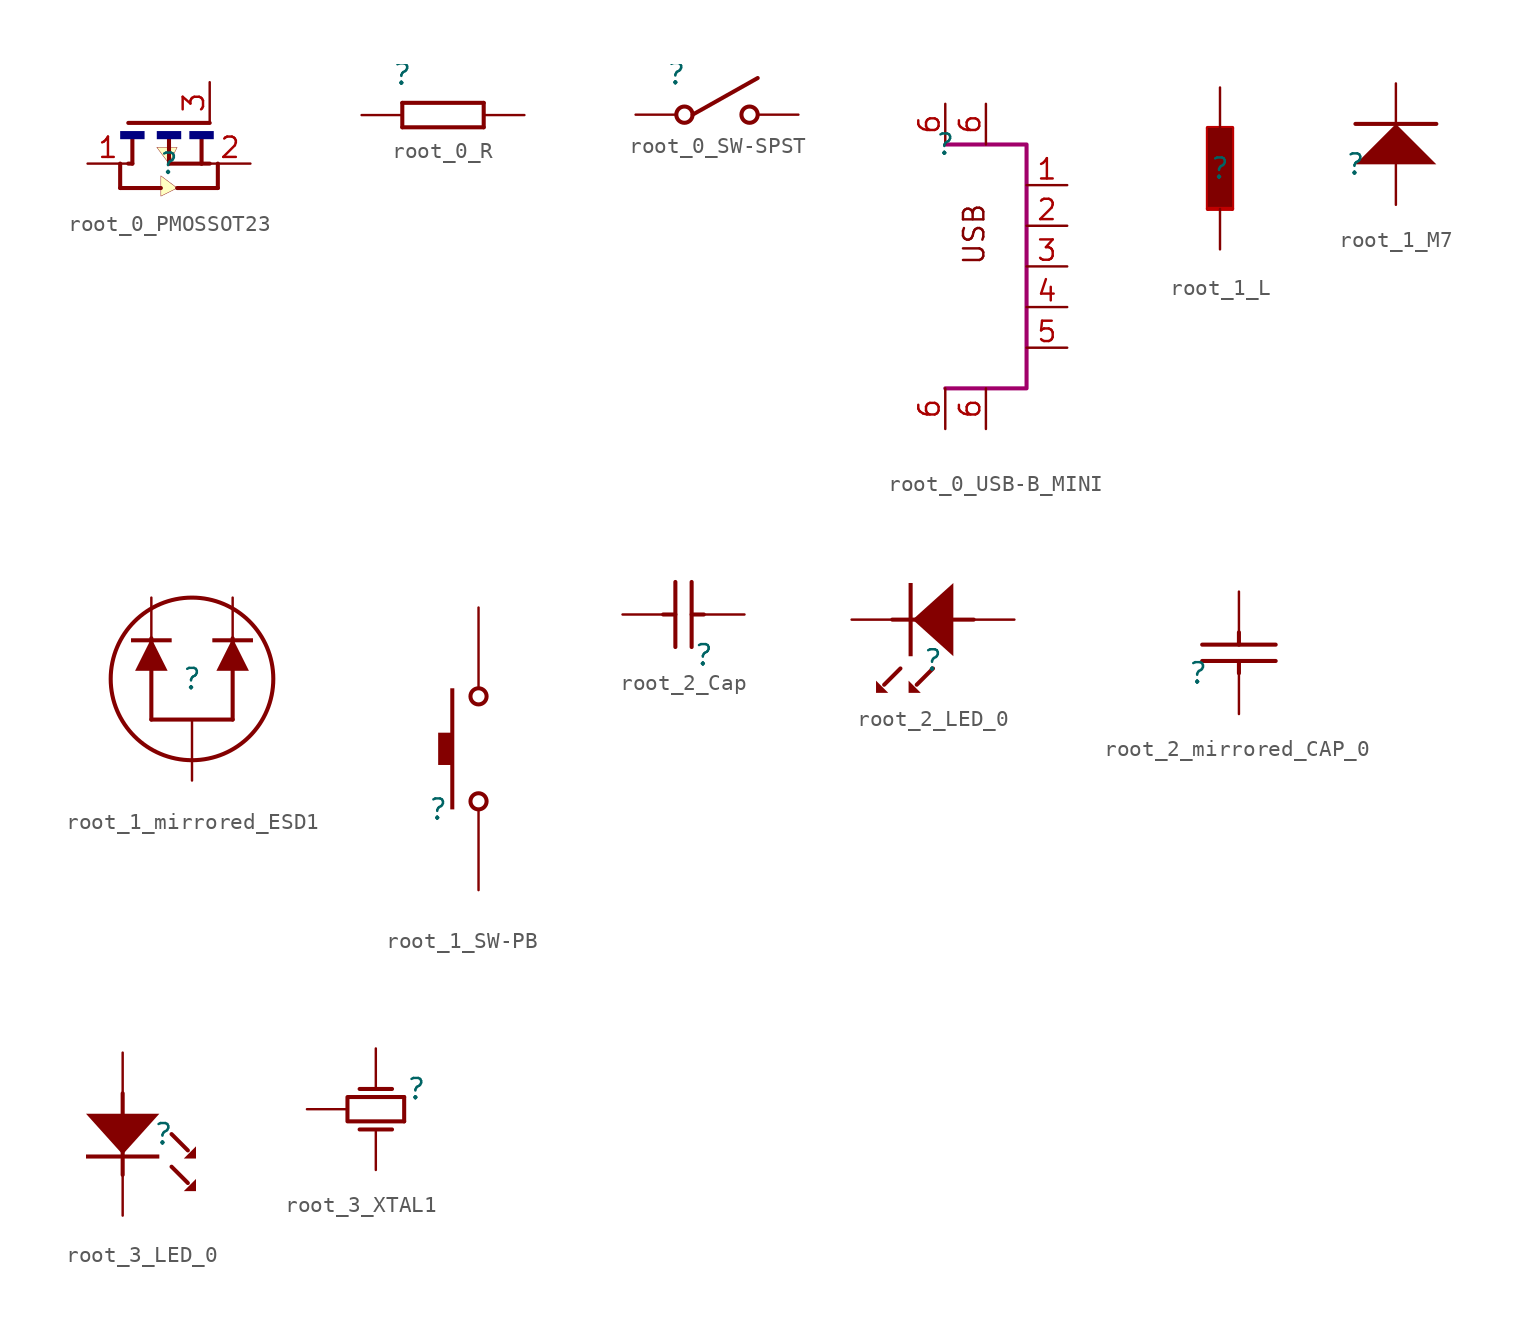
<source format=kicad_sym>
(kicad_symbol_lib
  (version 20231120)
  (generator "kicad_symbol_editor")
  (generator_version "8.0")
  (symbol "root_0_PMOSSOT23"
    (property "Reference" ""
      (at 0 0 0)
      (effects (font (size 1.27 1.27))))
    (property "Value" ""
      (at 0 0 0)
      (effects (font (size 1.27 1.27))))
    (symbol "root_0_PMOSSOT23_1_0"
      (rectangle (start -1.524 2.032) (end -3.048 1.524) (stroke (width -0.0001) (type solid) (color 0 0 128 1)) (fill (type outline)))
      (polyline (pts (xy -3.048 -1.524) (xy -0.508 -1.524)) (stroke (width 0.254) (type solid)) (fill (type none)))
      (polyline (pts (xy -3.048 0) (xy -3.048 -1.524)) (stroke (width 0.254) (type solid)) (fill (type none)))
      (polyline (pts (xy -2.286 0) (xy -2.54 0)) (stroke (width 0.254) (type solid)) (fill (type none)))
      (polyline (pts (xy -2.286 1.524) (xy -2.286 0)) (stroke (width 0.254) (type solid)) (fill (type none)))
      (polyline (pts (xy 0 0) (xy 2.032 0)) (stroke (width 0.254) (type solid)) (fill (type none)))
      (polyline (pts (xy 0 1.524) (xy 0 0)) (stroke (width 0.254) (type solid)) (fill (type none)))
      (polyline (pts (xy 0.508 -1.524) (xy 3.048 -1.524)) (stroke (width 0.254) (type solid)) (fill (type none)))
      (polyline (pts (xy 2.032 0) (xy 2.54 0)) (stroke (width 0.254) (type solid)) (fill (type none)))
      (polyline (pts (xy 2.032 1.524) (xy 2.032 0)) (stroke (width 0.254) (type solid)) (fill (type none)))
      (polyline (pts (xy 2.54 2.54) (xy -2.54 2.54)) (stroke (width 0.254) (type solid)) (fill (type none)))
      (polyline (pts (xy 3.048 -1.524) (xy 3.048 0)) (stroke (width 0.254) (type solid)) (fill (type none)))
      (polyline (pts (xy 0 0) (xy 0.508 1.016) (xy -0.762 1.016) (xy 0 0)) (stroke (width 0.025) (type solid)) (fill (type background)))
      (polyline (pts (xy 0.508 -1.524) (xy -0.508 -0.762) (xy -0.508 -2.032) (xy 0.508 -1.524)) (stroke (width 0.025) (type solid)) (fill (type background)))
      (rectangle (start 0.254 -1.016) (end 0.254 -2.032) (stroke (width -0.0001) (type solid) (color 0 0 128 1)) (fill (type outline)))
      (rectangle (start 0.762 2.032) (end -0.762 1.524) (stroke (width -0.0001) (type solid) (color 0 0 128 1)) (fill (type outline)))
      (rectangle (start 2.794 2.032) (end 1.27 1.524) (stroke (width -0.0001) (type solid) (color 0 0 128 1)) (fill (type outline)))
      (pin passive line (at -5.08 0 0) (length 2.54) (name "D" (effects (font (size 0 0)))) (number "1" (effects (font (size 1.27 1.27)))))
      (pin passive line (at 5.08 0 180) (length 2.54) (name "S" (effects (font (size 0 0)))) (number "2" (effects (font (size 1.27 1.27)))))
      (pin passive line (at 2.54 5.08 270) (length 2.54) (name "G" (effects (font (size 0 0)))) (number "3" (effects (font (size 1.27 1.27)))))))
  (symbol "root_0_R"
    (property "Reference" ""
      (at 0 0 0)
      (effects (font (size 1.27 1.27))))
    (property "Value" ""
      (at 0 0 0)
      (effects (font (size 1.27 1.27))))
    (symbol "root_0_R_1_0"
      (polyline (pts (xy 0 -3.302) (xy 0 -1.778)) (stroke (width 0.254) (type solid)) (fill (type none)))
      (polyline (pts (xy 5.08 -3.302) (xy 0 -3.302)) (stroke (width 0.254) (type solid)) (fill (type none)))
      (polyline (pts (xy 5.08 -3.302) (xy 5.08 -1.778)) (stroke (width 0.254) (type solid)) (fill (type none)))
      (polyline (pts (xy 5.08 -1.778) (xy 0 -1.778)) (stroke (width 0.254) (type solid)) (fill (type none)))
      (pin passive line (at 7.62 -2.54 180) (length 2.54) (name "" (effects (font (size 0 0)))) (number "1" (effects (font (size 0 0)))))
      (pin passive line (at -2.54 -2.54 0) (length 2.54) (name "" (effects (font (size 0 0)))) (number "2" (effects (font (size 0 0)))))))
  (symbol "root_0_SW-SPST"
    (property "Reference" ""
      (at 0 0 0)
      (effects (font (size 1.27 1.27))))
    (property "Value" ""
      (at 0 0 0)
      (effects (font (size 1.27 1.27))))
    (symbol "root_0_SW-SPST_1_0"
      (polyline (pts (xy 1.016 -2.54) (xy 5.08 -0.254)) (stroke (width 0.254) (type solid)) (fill (type none)))
      (circle (center 0.508 -2.54) (radius 0.508) (stroke (width 0.254) (type solid)) (fill (type none)))
      (circle (center 4.572 -2.54) (radius 0.508) (stroke (width 0.254) (type solid)) (fill (type none)))
      (pin passive line (at -2.54 -2.54 0) (length 2.54) (name "COMMON" (effects (font (size 0 0)))) (number "1" (effects (font (size 0 0)))))
      (pin passive line (at 7.62 -2.54 180) (length 2.54) (name "NO" (effects (font (size 0 0)))) (number "2" (effects (font (size 0 0)))))))
  (symbol "root_0_USB-B_MINI"
    (property "Reference" ""
      (at 0 0 0)
      (effects (font (size 1.27 1.27))))
    (property "Value" ""
      (at 0 0 0)
      (effects (font (size 1.27 1.27))))
    (symbol "root_0_USB-B_MINI_1_0"
      (polyline (pts (xy 0 0) (xy 5.08 0) (xy 5.08 -15.24) (xy 0 -15.24)) (stroke (width 0.254) (type solid) (color 161 0 106 1)) (fill (type none)))
      (text "USB" (at 2.54 -7.62 900) (effects (font (size 1.27 1.27)) (justify left bottom)))
      (pin passive line (at 7.62 -2.54 180) (length 2.54) (name "" (effects (font (size 1.27 1.27)))) (number "1" (effects (font (size 1.27 1.27)))))
      (pin passive line (at 7.62 -5.08 180) (length 2.54) (name "" (effects (font (size 1.27 1.27)))) (number "2" (effects (font (size 1.27 1.27)))))
      (pin passive line (at 7.62 -7.62 180) (length 2.54) (name "" (effects (font (size 1.27 1.27)))) (number "3" (effects (font (size 1.27 1.27)))))
      (pin passive line (at 7.62 -10.16 180) (length 2.54) (name "" (effects (font (size 1.27 1.27)))) (number "4" (effects (font (size 1.27 1.27)))))
      (pin passive line (at 7.62 -12.7 180) (length 2.54) (name "" (effects (font (size 1.27 1.27)))) (number "5" (effects (font (size 1.27 1.27)))))
      (pin passive line (at 0 -17.78 90) (length 2.54) (name "" (effects (font (size 1.27 1.27)))) (number "6" (effects (font (size 1.27 1.27)))))
      (pin passive line (at 0 2.54 270) (length 2.54) (name "" (effects (font (size 1.27 1.27)))) (number "6" (effects (font (size 1.27 1.27)))))
      (pin passive line (at 2.54 -17.78 90) (length 2.54) (name "" (effects (font (size 1.27 1.27)))) (number "6" (effects (font (size 1.27 1.27)))))
      (pin passive line (at 2.54 2.54 270) (length 2.54) (name "" (effects (font (size 1.27 1.27)))) (number "6" (effects (font (size 1.27 1.27)))))))
  (symbol "root_1_L"
    (property "Reference" ""
      (at 0 0 0)
      (effects (font (size 1.27 1.27))))
    (property "Value" ""
      (at 0 0 0)
      (effects (font (size 1.27 1.27))))
    (symbol "root_1_L_1_0"
      (polyline (pts (xy -0.762 2.54) (xy -0.762 -2.54)) (stroke (width 0.254) (type solid) (color 191 0 0 1)) (fill (type none)))
      (polyline (pts (xy 0.762 -2.54) (xy -0.762 -2.54)) (stroke (width 0.254) (type solid) (color 191 0 0 1)) (fill (type none)))
      (polyline (pts (xy 0.762 2.54) (xy -0.762 2.54)) (stroke (width 0.254) (type solid) (color 191 0 0 1)) (fill (type none)))
      (polyline (pts (xy 0.762 2.54) (xy 0.762 -2.54)) (stroke (width 0.254) (type solid) (color 191 0 0 1)) (fill (type none)))
      (rectangle (start 0.762 2.54) (end -0.762 -2.54) (stroke (width -0.0001) (type solid) (color 128 0 0 1)) (fill (type outline)))
      (pin passive line (at 0 5.08 270) (length 2.54) (name "" (effects (font (size 0 0)))) (number "1" (effects (font (size 0 0)))))
      (pin passive line (at 0 -5.08 90) (length 2.54) (name "" (effects (font (size 0 0)))) (number "2" (effects (font (size 0 0)))))))
  (symbol "root_1_M7"
    (property "Reference" ""
      (at 0 0 0)
      (effects (font (size 1.27 1.27))))
    (property "Value" ""
      (at 0 0 0)
      (effects (font (size 1.27 1.27))))
    (symbol "root_1_M7_1_0"
      (polyline (pts (xy 0 2.54) (xy 5.08 2.54)) (stroke (width 0.254) (type solid)) (fill (type none)))
      (polyline (pts (xy 5.08 0) (xy 2.54 2.54) (xy 0 0) (xy 5.08 0)) (stroke (width -0.0001) (type solid)) (fill (type outline)))
      (pin passive line (at 2.54 -2.54 90) (length 2.54) (name "A" (effects (font (size 0 0)))) (number "A" (effects (font (size 0 0)))))
      (pin passive line (at 2.54 5.08 270) (length 2.54) (name "K" (effects (font (size 0 0)))) (number "K" (effects (font (size 0 0)))))))
  (symbol "root_1_mirrored_ESD1"
    (property "Reference" ""
      (at 0 0 0)
      (effects (font (size 1.27 1.27))))
    (property "Value" ""
      (at 0 0 0)
      (effects (font (size 1.27 1.27))))
    (symbol "root_1_mirrored_ESD1_1_0"
      (polyline (pts (xy -2.54 2.54) (xy -2.54 -2.54)) (stroke (width 0.254) (type solid)) (fill (type none)))
      (polyline (pts (xy 2.54 -2.54) (xy -2.54 -2.54)) (stroke (width 0.254) (type solid)) (fill (type none)))
      (polyline (pts (xy 2.54 2.54) (xy 2.54 -2.54)) (stroke (width 0.254) (type solid)) (fill (type none)))
      (polyline (pts (xy -1.524 0.508) (xy -2.54 2.54) (xy -3.556 0.508) (xy -1.524 0.508)) (stroke (width -0.0001) (type solid)) (fill (type outline)))
      (polyline (pts (xy 1.524 0.508) (xy 2.54 2.54) (xy 3.556 0.508) (xy 1.524 0.508)) (stroke (width -0.0001) (type solid)) (fill (type outline)))
      (polyline (pts (xy -1.27 2.286) (xy -1.27 2.54) (xy -3.81 2.54) (xy -3.81 2.286) (xy -1.27 2.286)) (stroke (width -0.0001) (type solid)) (fill (type outline)))
      (polyline (pts (xy 3.81 2.286) (xy 3.81 2.54) (xy 1.27 2.54) (xy 1.27 2.286) (xy 3.81 2.286)) (stroke (width -0.0001) (type solid)) (fill (type outline)))
      (circle (center 0 0) (radius 5.08) (stroke (width 0.254) (type solid)) (fill (type none)))
      (pin passive line (at -2.54 5.08 270) (length 2.54) (name "1" (effects (font (size 0 0)))) (number "1" (effects (font (size 0 0)))))
      (pin passive line (at 2.54 5.08 270) (length 2.54) (name "2" (effects (font (size 0 0)))) (number "2" (effects (font (size 0 0)))))
      (pin passive line (at 0 -6.35 90) (length 3.81) (name "3" (effects (font (size 0 0)))) (number "3" (effects (font (size 0 0)))))))
  (symbol "root_1_SW-PB"
    (property "Reference" ""
      (at 0 0 0)
      (effects (font (size 1.27 1.27))))
    (property "Value" ""
      (at 0 0 0)
      (effects (font (size 1.27 1.27))))
    (symbol "root_1_SW-PB_1_0"
      (polyline (pts (xy 0.762 0) (xy 1.016 0) (xy 1.016 7.62) (xy 0.762 7.62) (xy 0.762 4.826) (xy 0 4.826) (xy 0 2.794) (xy 0.762 2.794) (xy 0.762 0)) (stroke (width -0.0001) (type solid)) (fill (type outline)))
      (circle (center 2.54 0.508) (radius 0.508) (stroke (width 0.254) (type solid)) (fill (type none)))
      (circle (center 2.54 7.112) (radius 0.508) (stroke (width 0.254) (type solid)) (fill (type none)))
      (pin passive line (at 2.54 -5.08 90) (length 5.08) (name "1" (effects (font (size 0 0)))) (number "1" (effects (font (size 0 0)))))
      (pin passive line (at 2.54 12.7 270) (length 5.08) (name "2" (effects (font (size 0 0)))) (number "2" (effects (font (size 0 0)))))))
  (symbol "root_2_Cap"
    (property "Reference" ""
      (at 0 0 0)
      (effects (font (size 1.27 1.27))))
    (property "Value" ""
      (at 0 0 0)
      (effects (font (size 1.27 1.27))))
    (symbol "root_2_Cap_1_0"
      (polyline (pts (xy -2.54 2.54) (xy -1.778 2.54)) (stroke (width 0.254) (type solid)) (fill (type none)))
      (polyline (pts (xy -1.778 0.508) (xy -1.778 4.572)) (stroke (width 0.254) (type solid)) (fill (type none)))
      (polyline (pts (xy -0.762 4.572) (xy -0.762 0.508)) (stroke (width 0.254) (type solid)) (fill (type none)))
      (polyline (pts (xy 0 2.54) (xy -0.762 2.54)) (stroke (width 0.254) (type solid)) (fill (type none)))
      (pin passive line (at 2.54 2.54 180) (length 2.54) (name "1" (effects (font (size 0 0)))) (number "1" (effects (font (size 0 0)))))
      (pin passive line (at -5.08 2.54 0) (length 2.54) (name "2" (effects (font (size 0 0)))) (number "2" (effects (font (size 0 0)))))))
  (symbol "root_2_LED_0"
    (property "Reference" ""
      (at 0 0 0)
      (effects (font (size 1.27 1.27))))
    (property "Value" ""
      (at 0 0 0)
      (effects (font (size 1.27 1.27))))
    (symbol "root_2_LED_0_1_0"
      (polyline (pts (xy -3.048 -1.524) (xy -2.032 -0.508)) (stroke (width 0.254) (type solid)) (fill (type none)))
      (polyline (pts (xy -1.016 -1.524) (xy 0 -0.508)) (stroke (width 0.254) (type solid)) (fill (type none)))
      (polyline (pts (xy 2.54 2.54) (xy -2.54 2.54)) (stroke (width 0.254) (type solid)) (fill (type none)))
      (polyline (pts (xy -2.794 -2.032) (xy -3.556 -2.032) (xy -3.556 -1.27) (xy -2.794 -2.032)) (stroke (width -0.0001) (type solid)) (fill (type outline)))
      (polyline (pts (xy -0.762 -2.032) (xy -1.524 -2.032) (xy -1.524 -1.27) (xy -0.762 -2.032)) (stroke (width -0.0001) (type solid)) (fill (type outline)))
      (polyline (pts (xy 1.27 0.254) (xy -1.27 2.54) (xy 1.27 4.826) (xy 1.27 0.254)) (stroke (width -0.0001) (type solid)) (fill (type outline)))
      (polyline (pts (xy -1.27 0.254) (xy -1.524 0.254) (xy -1.524 4.826) (xy -1.27 4.826) (xy -1.27 0.254)) (stroke (width -0.0001) (type solid)) (fill (type outline)))
      (pin passive line (at 5.08 2.54 180) (length 2.54) (name "" (effects (font (size 0 0)))) (number "A" (effects (font (size 0 0)))))
      (pin passive line (at -5.08 2.54 0) (length 2.54) (name "" (effects (font (size 0 0)))) (number "K" (effects (font (size 0 0)))))))
  (symbol "root_2_mirrored_CAP_0"
    (property "Reference" ""
      (at 0 0 0)
      (effects (font (size 1.27 1.27))))
    (property "Value" ""
      (at 0 0 0)
      (effects (font (size 1.27 1.27))))
    (symbol "root_2_mirrored_CAP_0_1_0"
      (polyline (pts (xy 0.254 0.762) (xy 4.826 0.762)) (stroke (width 0.254) (type solid)) (fill (type none)))
      (polyline (pts (xy 0.254 1.778) (xy 4.826 1.778)) (stroke (width 0.254) (type solid)) (fill (type none)))
      (polyline (pts (xy 2.54 0) (xy 2.54 0.762)) (stroke (width 0.254) (type solid)) (fill (type none)))
      (polyline (pts (xy 2.54 1.778) (xy 2.54 2.54)) (stroke (width 0.254) (type solid)) (fill (type none)))
      (pin passive line (at 2.54 -2.54 90) (length 2.54) (name "1" (effects (font (size 0 0)))) (number "1" (effects (font (size 0 0)))))
      (pin passive line (at 2.54 5.08 270) (length 2.54) (name "2" (effects (font (size 0 0)))) (number "2" (effects (font (size 0 0)))))))
  (symbol "root_3_LED_0"
    (property "Reference" ""
      (at 0 0 0)
      (effects (font (size 1.27 1.27))))
    (property "Value" ""
      (at 0 0 0)
      (effects (font (size 1.27 1.27))))
    (symbol "root_3_LED_0_1_0"
      (polyline (pts (xy -2.54 2.54) (xy -2.54 -2.54)) (stroke (width 0.254) (type solid)) (fill (type none)))
      (polyline (pts (xy 1.524 -3.048) (xy 0.508 -2.032)) (stroke (width 0.254) (type solid)) (fill (type none)))
      (polyline (pts (xy 1.524 -1.016) (xy 0.508 0)) (stroke (width 0.254) (type solid)) (fill (type none)))
      (polyline (pts (xy -0.254 1.27) (xy -2.54 -1.27) (xy -4.826 1.27) (xy -0.254 1.27)) (stroke (width -0.0001) (type solid)) (fill (type outline)))
      (polyline (pts (xy 2.032 -2.794) (xy 2.032 -3.556) (xy 1.27 -3.556) (xy 2.032 -2.794)) (stroke (width -0.0001) (type solid)) (fill (type outline)))
      (polyline (pts (xy 2.032 -0.762) (xy 2.032 -1.524) (xy 1.27 -1.524) (xy 2.032 -0.762)) (stroke (width -0.0001) (type solid)) (fill (type outline)))
      (polyline (pts (xy -0.254 -1.27) (xy -0.254 -1.524) (xy -4.826 -1.524) (xy -4.826 -1.27) (xy -0.254 -1.27)) (stroke (width -0.0001) (type solid)) (fill (type outline)))
      (pin passive line (at -2.54 5.08 270) (length 2.54) (name "" (effects (font (size 0 0)))) (number "A" (effects (font (size 0 0)))))
      (pin passive line (at -2.54 -5.08 90) (length 2.54) (name "" (effects (font (size 0 0)))) (number "K" (effects (font (size 0 0)))))))
  (symbol "root_3_XTAL1"
    (property "Reference" ""
      (at 0 0 0)
      (effects (font (size 1.27 1.27))))
    (property "Value" ""
      (at 0 0 0)
      (effects (font (size 1.27 1.27))))
    (symbol "root_3_XTAL1_1_0"
      (polyline (pts (xy -1.524 -2.54) (xy -3.556 -2.54)) (stroke (width 0.254) (type solid)) (fill (type none)))
      (polyline (pts (xy -1.524 0) (xy -3.556 0)) (stroke (width 0.254) (type solid)) (fill (type none)))
      (polyline (pts (xy -0.762 -0.508) (xy -0.762 -2.032)) (stroke (width 0.254) (type solid)) (fill (type none)))
      (polyline (pts (xy -0.762 -2.032) (xy -4.318 -2.032) (xy -4.318 -0.508) (xy -0.762 -0.508)) (stroke (width 0.254) (type solid)) (fill (type none)))
      (pin passive line (at -2.54 2.54 270) (length 2.54) (name "OSC1" (effects (font (size 0 0)))) (number "1" (effects (font (size 0 0)))))
      (pin passive line (at -2.54 -5.08 90) (length 2.54) (name "OSC2" (effects (font (size 0 0)))) (number "2" (effects (font (size 0 0)))))
      (pin passive line (at -6.858 -1.27 0) (length 2.54) (name "3" (effects (font (size 0 0)))) (number "3" (effects (font (size 0 0))))))))
</source>
